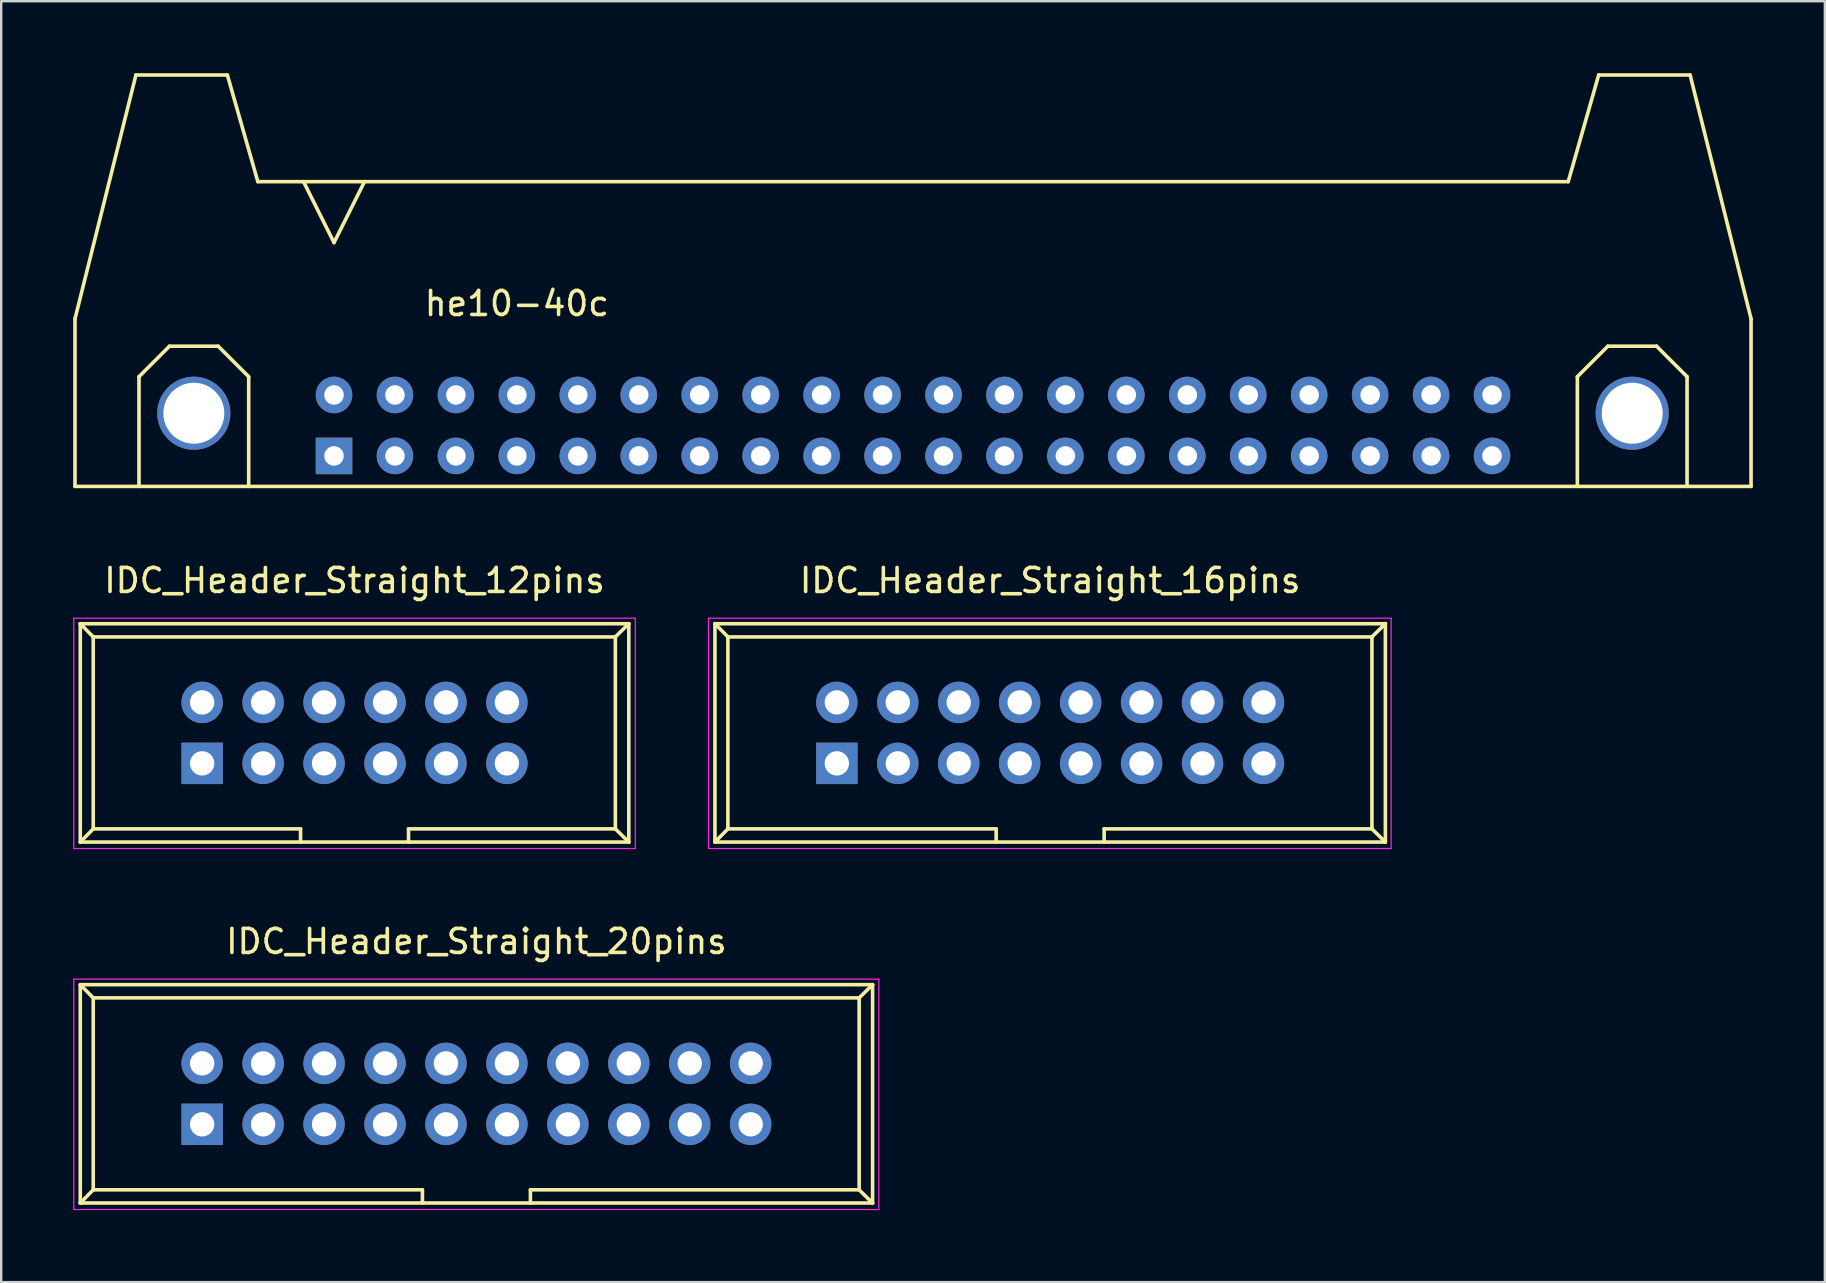
<source format=kicad_pcb>
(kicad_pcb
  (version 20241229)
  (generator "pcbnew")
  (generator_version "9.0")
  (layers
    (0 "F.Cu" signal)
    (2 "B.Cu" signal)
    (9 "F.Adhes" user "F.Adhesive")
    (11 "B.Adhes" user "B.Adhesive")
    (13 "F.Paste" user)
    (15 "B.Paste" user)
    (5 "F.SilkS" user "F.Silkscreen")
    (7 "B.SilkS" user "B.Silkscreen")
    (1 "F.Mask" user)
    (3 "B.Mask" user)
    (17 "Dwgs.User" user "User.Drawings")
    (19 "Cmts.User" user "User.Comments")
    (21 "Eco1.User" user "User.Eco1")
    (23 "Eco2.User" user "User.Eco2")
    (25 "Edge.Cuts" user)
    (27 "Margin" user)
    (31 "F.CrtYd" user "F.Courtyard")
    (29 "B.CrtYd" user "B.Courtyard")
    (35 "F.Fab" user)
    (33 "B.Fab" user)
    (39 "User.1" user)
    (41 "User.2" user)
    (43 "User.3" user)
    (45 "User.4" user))
  (footprint "IDC_Header_Straight_12pins"
    (layer "F.Cu")
    (at 5.375 28.763)
    (property "Reference" "IDC_Header_Straight_12pins" (at 6.35 -7.62 0) (layer "F.SilkS") (effects (font (size 1 1) (thickness 0.15))))
    (attr through_hole)
    (fp_line (start -5.08 -5.82) (end -5.08 3.28) (stroke (width 0.15) (type solid)) (layer "F.SilkS"))
    (fp_line (start -5.08 -5.82) (end -4.54 -5.27) (stroke (width 0.15) (type solid)) (layer "F.SilkS"))
    (fp_line (start -5.08 -5.82) (end 17.78 -5.82) (stroke (width 0.15) (type solid)) (layer "F.SilkS"))
    (fp_line (start -5.08 3.28) (end -4.54 2.73) (stroke (width 0.15) (type solid)) (layer "F.SilkS"))
    (fp_line (start -5.08 3.28) (end 17.78 3.28) (stroke (width 0.15) (type solid)) (layer "F.SilkS"))
    (fp_line (start -4.54 -5.27) (end -4.54 2.73) (stroke (width 0.15) (type solid)) (layer "F.SilkS"))
    (fp_line (start -4.54 -5.27) (end 17.22 -5.27) (stroke (width 0.15) (type solid)) (layer "F.SilkS"))
    (fp_line (start -4.54 2.73) (end 4.1 2.73) (stroke (width 0.15) (type solid)) (layer "F.SilkS"))
    (fp_line (start 4.1 2.73) (end 4.1 3.28) (stroke (width 0.15) (type solid)) (layer "F.SilkS"))
    (fp_line (start 8.6 2.73) (end 8.6 3.28) (stroke (width 0.15) (type solid)) (layer "F.SilkS"))
    (fp_line (start 8.6 2.73) (end 17.22 2.73) (stroke (width 0.15) (type solid)) (layer "F.SilkS"))
    (fp_line (start 17.22 -5.27) (end 17.22 2.73) (stroke (width 0.15) (type solid)) (layer "F.SilkS"))
    (fp_line (start 17.78 -5.82) (end 17.22 -5.27) (stroke (width 0.15) (type solid)) (layer "F.SilkS"))
    (fp_line (start 17.78 -5.82) (end 17.78 3.28) (stroke (width 0.15) (type solid)) (layer "F.SilkS"))
    (fp_line (start 17.78 3.28) (end 17.22 2.73) (stroke (width 0.15) (type solid)) (layer "F.SilkS"))
    (fp_line (start -5.35 -6.05) (end 18.05 -6.05) (stroke (width 0.05) (type solid)) (layer "F.CrtYd"))
    (fp_line (start -5.35 3.55) (end -5.35 -6.05) (stroke (width 0.05) (type solid)) (layer "F.CrtYd"))
    (fp_line (start 18.05 -6.05) (end 18.05 3.55) (stroke (width 0.05) (type solid)) (layer "F.CrtYd"))
    (fp_line (start 18.05 3.55) (end -5.35 3.55) (stroke (width 0.05) (type solid)) (layer "F.CrtYd"))
    (pad "1" thru_hole rect (at 0 0) (size 1.727 1.727) (drill 1.016) (layers "*.Cu" "*.Mask"))
    (pad "2" thru_hole oval (at 0 -2.54) (size 1.727 1.727) (drill 1.016) (layers "*.Cu" "*.Mask"))
    (pad "3" thru_hole oval (at 2.54 0) (size 1.727 1.727) (drill 1.016) (layers "*.Cu" "*.Mask"))
    (pad "4" thru_hole oval (at 2.54 -2.54) (size 1.727 1.727) (drill 1.016) (layers "*.Cu" "*.Mask"))
    (pad "5" thru_hole oval (at 5.08 0) (size 1.727 1.727) (drill 1.016) (layers "*.Cu" "*.Mask"))
    (pad "6" thru_hole oval (at 5.08 -2.54) (size 1.727 1.727) (drill 1.016) (layers "*.Cu" "*.Mask"))
    (pad "7" thru_hole oval (at 7.62 0) (size 1.727 1.727) (drill 1.016) (layers "*.Cu" "*.Mask"))
    (pad "8" thru_hole oval (at 7.62 -2.54) (size 1.727 1.727) (drill 1.016) (layers "*.Cu" "*.Mask"))
    (pad "9" thru_hole oval (at 10.16 0) (size 1.727 1.727) (drill 1.016) (layers "*.Cu" "*.Mask"))
    (pad "10" thru_hole oval (at 10.16 -2.54) (size 1.727 1.727) (drill 1.016) (layers "*.Cu" "*.Mask"))
    (pad "11" thru_hole oval (at 12.7 0) (size 1.727 1.727) (drill 1.016) (layers "*.Cu" "*.Mask"))
    (pad "12" thru_hole oval (at 12.7 -2.54) (size 1.727 1.727) (drill 1.016) (layers "*.Cu" "*.Mask")))
  (footprint "IDC_Header_Straight_16pins"
    (layer "F.Cu")
    (at 31.825 28.763)
    (property "Reference" "IDC_Header_Straight_16pins" (at 8.89 -7.62 0) (layer "F.SilkS") (effects (font (size 1 1) (thickness 0.15))))
    (attr through_hole)
    (fp_line (start -5.08 -5.82) (end -5.08 3.28) (stroke (width 0.15) (type solid)) (layer "F.SilkS"))
    (fp_line (start -5.08 -5.82) (end -4.54 -5.27) (stroke (width 0.15) (type solid)) (layer "F.SilkS"))
    (fp_line (start -5.08 -5.82) (end 22.86 -5.82) (stroke (width 0.15) (type solid)) (layer "F.SilkS"))
    (fp_line (start -5.08 3.28) (end -4.54 2.73) (stroke (width 0.15) (type solid)) (layer "F.SilkS"))
    (fp_line (start -5.08 3.28) (end 22.86 3.28) (stroke (width 0.15) (type solid)) (layer "F.SilkS"))
    (fp_line (start -4.54 -5.27) (end -4.54 2.73) (stroke (width 0.15) (type solid)) (layer "F.SilkS"))
    (fp_line (start -4.54 -5.27) (end 22.3 -5.27) (stroke (width 0.15) (type solid)) (layer "F.SilkS"))
    (fp_line (start -4.54 2.73) (end 6.64 2.73) (stroke (width 0.15) (type solid)) (layer "F.SilkS"))
    (fp_line (start 6.64 2.73) (end 6.64 3.28) (stroke (width 0.15) (type solid)) (layer "F.SilkS"))
    (fp_line (start 11.14 2.73) (end 11.14 3.28) (stroke (width 0.15) (type solid)) (layer "F.SilkS"))
    (fp_line (start 11.14 2.73) (end 22.3 2.73) (stroke (width 0.15) (type solid)) (layer "F.SilkS"))
    (fp_line (start 22.3 -5.27) (end 22.3 2.73) (stroke (width 0.15) (type solid)) (layer "F.SilkS"))
    (fp_line (start 22.86 -5.82) (end 22.3 -5.27) (stroke (width 0.15) (type solid)) (layer "F.SilkS"))
    (fp_line (start 22.86 -5.82) (end 22.86 3.28) (stroke (width 0.15) (type solid)) (layer "F.SilkS"))
    (fp_line (start 22.86 3.28) (end 22.3 2.73) (stroke (width 0.15) (type solid)) (layer "F.SilkS"))
    (fp_line (start -5.35 -6.05) (end 23.1 -6.05) (stroke (width 0.05) (type solid)) (layer "F.CrtYd"))
    (fp_line (start -5.35 3.55) (end -5.35 -6.05) (stroke (width 0.05) (type solid)) (layer "F.CrtYd"))
    (fp_line (start 23.1 -6.05) (end 23.1 3.55) (stroke (width 0.05) (type solid)) (layer "F.CrtYd"))
    (fp_line (start 23.1 3.55) (end -5.35 3.55) (stroke (width 0.05) (type solid)) (layer "F.CrtYd"))
    (pad "1" thru_hole rect (at 0 0) (size 1.727 1.727) (drill 1.016) (layers "*.Cu" "*.Mask"))
    (pad "2" thru_hole oval (at 0 -2.54) (size 1.727 1.727) (drill 1.016) (layers "*.Cu" "*.Mask"))
    (pad "3" thru_hole oval (at 2.54 0) (size 1.727 1.727) (drill 1.016) (layers "*.Cu" "*.Mask"))
    (pad "4" thru_hole oval (at 2.54 -2.54) (size 1.727 1.727) (drill 1.016) (layers "*.Cu" "*.Mask"))
    (pad "5" thru_hole oval (at 5.08 0) (size 1.727 1.727) (drill 1.016) (layers "*.Cu" "*.Mask"))
    (pad "6" thru_hole oval (at 5.08 -2.54) (size 1.727 1.727) (drill 1.016) (layers "*.Cu" "*.Mask"))
    (pad "7" thru_hole oval (at 7.62 0) (size 1.727 1.727) (drill 1.016) (layers "*.Cu" "*.Mask"))
    (pad "8" thru_hole oval (at 7.62 -2.54) (size 1.727 1.727) (drill 1.016) (layers "*.Cu" "*.Mask"))
    (pad "9" thru_hole oval (at 10.16 0) (size 1.727 1.727) (drill 1.016) (layers "*.Cu" "*.Mask"))
    (pad "10" thru_hole oval (at 10.16 -2.54) (size 1.727 1.727) (drill 1.016) (layers "*.Cu" "*.Mask"))
    (pad "11" thru_hole oval (at 12.7 0) (size 1.727 1.727) (drill 1.016) (layers "*.Cu" "*.Mask"))
    (pad "12" thru_hole oval (at 12.7 -2.54) (size 1.727 1.727) (drill 1.016) (layers "*.Cu" "*.Mask"))
    (pad "13" thru_hole oval (at 15.24 0) (size 1.727 1.727) (drill 1.016) (layers "*.Cu" "*.Mask"))
    (pad "14" thru_hole oval (at 15.24 -2.54) (size 1.727 1.727) (drill 1.016) (layers "*.Cu" "*.Mask"))
    (pad "15" thru_hole oval (at 17.78 0) (size 1.727 1.727) (drill 1.016) (layers "*.Cu" "*.Mask"))
    (pad "16" thru_hole oval (at 17.78 -2.54) (size 1.727 1.727) (drill 1.016) (layers "*.Cu" "*.Mask")))
  (footprint "IDC_Header_Straight_20pins"
    (layer "F.Cu")
    (at 5.375 43.806)
    (property "Reference" "IDC_Header_Straight_20pins" (at 11.43 -7.62 0) (layer "F.SilkS") (effects (font (size 1 1) (thickness 0.15))))
    (attr through_hole)
    (fp_line (start -5.08 -5.82) (end -5.08 3.28) (stroke (width 0.15) (type solid)) (layer "F.SilkS"))
    (fp_line (start -5.08 -5.82) (end -4.54 -5.27) (stroke (width 0.15) (type solid)) (layer "F.SilkS"))
    (fp_line (start -5.08 -5.82) (end 27.94 -5.82) (stroke (width 0.15) (type solid)) (layer "F.SilkS"))
    (fp_line (start -5.08 3.28) (end -4.54 2.73) (stroke (width 0.15) (type solid)) (layer "F.SilkS"))
    (fp_line (start -5.08 3.28) (end 27.94 3.28) (stroke (width 0.15) (type solid)) (layer "F.SilkS"))
    (fp_line (start -4.54 -5.27) (end -4.54 2.73) (stroke (width 0.15) (type solid)) (layer "F.SilkS"))
    (fp_line (start -4.54 -5.27) (end 27.38 -5.27) (stroke (width 0.15) (type solid)) (layer "F.SilkS"))
    (fp_line (start -4.54 2.73) (end 9.18 2.73) (stroke (width 0.15) (type solid)) (layer "F.SilkS"))
    (fp_line (start 9.18 2.73) (end 9.18 3.28) (stroke (width 0.15) (type solid)) (layer "F.SilkS"))
    (fp_line (start 13.68 2.73) (end 13.68 3.28) (stroke (width 0.15) (type solid)) (layer "F.SilkS"))
    (fp_line (start 13.68 2.73) (end 27.38 2.73) (stroke (width 0.15) (type solid)) (layer "F.SilkS"))
    (fp_line (start 27.38 -5.27) (end 27.38 2.73) (stroke (width 0.15) (type solid)) (layer "F.SilkS"))
    (fp_line (start 27.94 -5.82) (end 27.38 -5.27) (stroke (width 0.15) (type solid)) (layer "F.SilkS"))
    (fp_line (start 27.94 -5.82) (end 27.94 3.28) (stroke (width 0.15) (type solid)) (layer "F.SilkS"))
    (fp_line (start 27.94 3.28) (end 27.38 2.73) (stroke (width 0.15) (type solid)) (layer "F.SilkS"))
    (fp_line (start -5.35 -6.05) (end 28.2 -6.05) (stroke (width 0.05) (type solid)) (layer "F.CrtYd"))
    (fp_line (start -5.35 3.55) (end -5.35 -6.05) (stroke (width 0.05) (type solid)) (layer "F.CrtYd"))
    (fp_line (start 28.2 -6.05) (end 28.2 3.55) (stroke (width 0.05) (type solid)) (layer "F.CrtYd"))
    (fp_line (start 28.2 3.55) (end -5.35 3.55) (stroke (width 0.05) (type solid)) (layer "F.CrtYd"))
    (pad "1" thru_hole rect (at 0 0) (size 1.727 1.727) (drill 1.016) (layers "*.Cu" "*.Mask"))
    (pad "2" thru_hole oval (at 0 -2.54) (size 1.727 1.727) (drill 1.016) (layers "*.Cu" "*.Mask"))
    (pad "3" thru_hole oval (at 2.54 0) (size 1.727 1.727) (drill 1.016) (layers "*.Cu" "*.Mask"))
    (pad "4" thru_hole oval (at 2.54 -2.54) (size 1.727 1.727) (drill 1.016) (layers "*.Cu" "*.Mask"))
    (pad "5" thru_hole oval (at 5.08 0) (size 1.727 1.727) (drill 1.016) (layers "*.Cu" "*.Mask"))
    (pad "6" thru_hole oval (at 5.08 -2.54) (size 1.727 1.727) (drill 1.016) (layers "*.Cu" "*.Mask"))
    (pad "7" thru_hole oval (at 7.62 0) (size 1.727 1.727) (drill 1.016) (layers "*.Cu" "*.Mask"))
    (pad "8" thru_hole oval (at 7.62 -2.54) (size 1.727 1.727) (drill 1.016) (layers "*.Cu" "*.Mask"))
    (pad "9" thru_hole oval (at 10.16 0) (size 1.727 1.727) (drill 1.016) (layers "*.Cu" "*.Mask"))
    (pad "10" thru_hole oval (at 10.16 -2.54) (size 1.727 1.727) (drill 1.016) (layers "*.Cu" "*.Mask"))
    (pad "11" thru_hole oval (at 12.7 0) (size 1.727 1.727) (drill 1.016) (layers "*.Cu" "*.Mask"))
    (pad "12" thru_hole oval (at 12.7 -2.54) (size 1.727 1.727) (drill 1.016) (layers "*.Cu" "*.Mask"))
    (pad "13" thru_hole oval (at 15.24 0) (size 1.727 1.727) (drill 1.016) (layers "*.Cu" "*.Mask"))
    (pad "14" thru_hole oval (at 15.24 -2.54) (size 1.727 1.727) (drill 1.016) (layers "*.Cu" "*.Mask"))
    (pad "15" thru_hole oval (at 17.78 0) (size 1.727 1.727) (drill 1.016) (layers "*.Cu" "*.Mask"))
    (pad "16" thru_hole oval (at 17.78 -2.54) (size 1.727 1.727) (drill 1.016) (layers "*.Cu" "*.Mask"))
    (pad "17" thru_hole oval (at 20.32 0) (size 1.727 1.727) (drill 1.016) (layers "*.Cu" "*.Mask"))
    (pad "18" thru_hole oval (at 20.32 -2.54) (size 1.727 1.727) (drill 1.016) (layers "*.Cu" "*.Mask"))
    (pad "19" thru_hole oval (at 22.86 0) (size 1.727 1.727) (drill 1.016) (layers "*.Cu" "*.Mask"))
    (pad "20" thru_hole oval (at 22.86 -2.54) (size 1.727 1.727) (drill 1.016) (layers "*.Cu" "*.Mask")))
  (footprint "he10-40c"
    (layer "F.Cu")
    (at 35 14.68)
    (property "Reference" "he10-40c" (at -16.51 -5.08 0) (layer "F.SilkS") (effects (font (size 1 1) (thickness 0.15))))
    (attr through_hole)
    (fp_line (start -34.925 -4.445) (end -34.925 2.54) (stroke (width 0.15) (type solid)) (layer "F.SilkS"))
    (fp_line (start -34.925 2.54) (end 34.925 2.54) (stroke (width 0.15) (type solid)) (layer "F.SilkS"))
    (fp_line (start -32.385 -14.605) (end -34.925 -4.445) (stroke (width 0.15) (type solid)) (layer "F.SilkS"))
    (fp_line (start -32.385 -14.605) (end -28.575 -14.605) (stroke (width 0.15) (type solid)) (layer "F.SilkS"))
    (fp_line (start -32.258 -2.032) (end -30.988 -3.302) (stroke (width 0.15) (type solid)) (layer "F.SilkS"))
    (fp_line (start -32.258 2.54) (end -32.258 -2.032) (stroke (width 0.15) (type solid)) (layer "F.SilkS"))
    (fp_line (start -30.988 -3.302) (end -28.956 -3.302) (stroke (width 0.15) (type solid)) (layer "F.SilkS"))
    (fp_line (start -28.956 -3.302) (end -27.686 -2.032) (stroke (width 0.15) (type solid)) (layer "F.SilkS"))
    (fp_line (start -28.575 -14.605) (end -27.305 -10.16) (stroke (width 0.15) (type solid)) (layer "F.SilkS"))
    (fp_line (start -27.686 -2.032) (end -27.686 2.54) (stroke (width 0.15) (type solid)) (layer "F.SilkS"))
    (fp_line (start -25.4 -10.16) (end -24.13 -7.62) (stroke (width 0.15) (type solid)) (layer "F.SilkS"))
    (fp_line (start -24.13 -7.62) (end -22.86 -10.16) (stroke (width 0.15) (type solid)) (layer "F.SilkS"))
    (fp_line (start 27.305 -10.16) (end -27.305 -10.16) (stroke (width 0.15) (type solid)) (layer "F.SilkS"))
    (fp_line (start 27.686 -2.032) (end 28.956 -3.302) (stroke (width 0.15) (type solid)) (layer "F.SilkS"))
    (fp_line (start 27.686 2.54) (end 27.686 -2.032) (stroke (width 0.15) (type solid)) (layer "F.SilkS"))
    (fp_line (start 28.575 -14.605) (end 27.305 -10.16) (stroke (width 0.15) (type solid)) (layer "F.SilkS"))
    (fp_line (start 28.956 -3.302) (end 30.988 -3.302) (stroke (width 0.15) (type solid)) (layer "F.SilkS"))
    (fp_line (start 30.988 -3.302) (end 32.258 -2.032) (stroke (width 0.15) (type solid)) (layer "F.SilkS"))
    (fp_line (start 32.258 -2.032) (end 32.258 2.54) (stroke (width 0.15) (type solid)) (layer "F.SilkS"))
    (fp_line (start 32.385 -14.605) (end 28.575 -14.605) (stroke (width 0.15) (type solid)) (layer "F.SilkS"))
    (fp_line (start 34.925 -4.445) (end 32.385 -14.605) (stroke (width 0.15) (type solid)) (layer "F.SilkS"))
    (fp_line (start 34.925 2.54) (end 34.925 -4.445) (stroke (width 0.15) (type solid)) (layer "F.SilkS"))
    (pad "0" thru_hole circle (at -29.972 -0.508) (size 3.048 3.048) (drill 2.54) (layers "*.Cu" "*.Mask"))
    (pad "0" thru_hole circle (at 29.972 -0.508) (size 3.048 3.048) (drill 2.54) (layers "*.Cu" "*.Mask"))
    (pad "1" thru_hole rect (at -24.13 1.27) (size 1.524 1.524) (drill 0.813) (layers "*.Cu" "*.Mask"))
    (pad "2" thru_hole circle (at -24.13 -1.27) (size 1.524 1.524) (drill 0.813) (layers "*.Cu" "*.Mask"))
    (pad "3" thru_hole circle (at -21.59 1.27) (size 1.524 1.524) (drill 0.813) (layers "*.Cu" "*.Mask"))
    (pad "4" thru_hole circle (at -21.59 -1.27) (size 1.524 1.524) (drill 0.813) (layers "*.Cu" "*.Mask"))
    (pad "5" thru_hole circle (at -19.05 1.27) (size 1.524 1.524) (drill 0.813) (layers "*.Cu" "*.Mask"))
    (pad "6" thru_hole circle (at -19.05 -1.27) (size 1.524 1.524) (drill 0.813) (layers "*.Cu" "*.Mask"))
    (pad "7" thru_hole circle (at -16.51 1.27) (size 1.524 1.524) (drill 0.813) (layers "*.Cu" "*.Mask"))
    (pad "8" thru_hole circle (at -16.51 -1.27) (size 1.524 1.524) (drill 0.813) (layers "*.Cu" "*.Mask"))
    (pad "9" thru_hole circle (at -13.97 1.27) (size 1.524 1.524) (drill 0.813) (layers "*.Cu" "*.Mask"))
    (pad "10" thru_hole circle (at -13.97 -1.27) (size 1.524 1.524) (drill 0.813) (layers "*.Cu" "*.Mask"))
    (pad "11" thru_hole circle (at -11.43 1.27) (size 1.524 1.524) (drill 0.813) (layers "*.Cu" "*.Mask"))
    (pad "12" thru_hole circle (at -11.43 -1.27) (size 1.524 1.524) (drill 0.813) (layers "*.Cu" "*.Mask"))
    (pad "13" thru_hole circle (at -8.89 1.27) (size 1.524 1.524) (drill 0.813) (layers "*.Cu" "*.Mask"))
    (pad "14" thru_hole circle (at -8.89 -1.27) (size 1.524 1.524) (drill 0.813) (layers "*.Cu" "*.Mask"))
    (pad "15" thru_hole circle (at -6.35 1.27) (size 1.524 1.524) (drill 0.813) (layers "*.Cu" "*.Mask"))
    (pad "16" thru_hole circle (at -6.35 -1.27) (size 1.524 1.524) (drill 0.813) (layers "*.Cu" "*.Mask"))
    (pad "17" thru_hole circle (at -3.81 1.27) (size 1.524 1.524) (drill 0.813) (layers "*.Cu" "*.Mask"))
    (pad "18" thru_hole circle (at -3.81 -1.27) (size 1.524 1.524) (drill 0.813) (layers "*.Cu" "*.Mask"))
    (pad "19" thru_hole circle (at -1.27 1.27) (size 1.524 1.524) (drill 0.813) (layers "*.Cu" "*.Mask"))
    (pad "20" thru_hole circle (at -1.27 -1.27) (size 1.524 1.524) (drill 0.813) (layers "*.Cu" "*.Mask"))
    (pad "21" thru_hole circle (at 1.27 1.27) (size 1.524 1.524) (drill 0.813) (layers "*.Cu" "*.Mask"))
    (pad "22" thru_hole circle (at 1.27 -1.27) (size 1.524 1.524) (drill 0.813) (layers "*.Cu" "*.Mask"))
    (pad "23" thru_hole circle (at 3.81 1.27) (size 1.524 1.524) (drill 0.813) (layers "*.Cu" "*.Mask"))
    (pad "24" thru_hole circle (at 3.81 -1.27) (size 1.524 1.524) (drill 0.813) (layers "*.Cu" "*.Mask"))
    (pad "25" thru_hole circle (at 6.35 1.27) (size 1.524 1.524) (drill 0.813) (layers "*.Cu" "*.Mask"))
    (pad "26" thru_hole circle (at 6.35 -1.27) (size 1.524 1.524) (drill 0.813) (layers "*.Cu" "*.Mask"))
    (pad "27" thru_hole circle (at 8.89 1.27) (size 1.524 1.524) (drill 0.813) (layers "*.Cu" "*.Mask"))
    (pad "28" thru_hole circle (at 8.89 -1.27) (size 1.524 1.524) (drill 0.813) (layers "*.Cu" "*.Mask"))
    (pad "29" thru_hole circle (at 11.43 1.27) (size 1.524 1.524) (drill 0.813) (layers "*.Cu" "*.Mask"))
    (pad "30" thru_hole circle (at 11.43 -1.27) (size 1.524 1.524) (drill 0.813) (layers "*.Cu" "*.Mask"))
    (pad "31" thru_hole circle (at 13.97 1.27) (size 1.524 1.524) (drill 0.813) (layers "*.Cu" "*.Mask"))
    (pad "32" thru_hole circle (at 13.97 -1.27) (size 1.524 1.524) (drill 0.813) (layers "*.Cu" "*.Mask"))
    (pad "33" thru_hole circle (at 16.51 1.27) (size 1.524 1.524) (drill 0.813) (layers "*.Cu" "*.Mask"))
    (pad "34" thru_hole circle (at 16.51 -1.27) (size 1.524 1.524) (drill 0.813) (layers "*.Cu" "*.Mask"))
    (pad "35" thru_hole circle (at 19.05 1.27) (size 1.524 1.524) (drill 0.813) (layers "*.Cu" "*.Mask"))
    (pad "36" thru_hole circle (at 19.05 -1.27) (size 1.524 1.524) (drill 0.813) (layers "*.Cu" "*.Mask"))
    (pad "37" thru_hole circle (at 21.59 1.27) (size 1.524 1.524) (drill 0.813) (layers "*.Cu" "*.Mask"))
    (pad "38" thru_hole circle (at 21.59 -1.27) (size 1.524 1.524) (drill 0.813) (layers "*.Cu" "*.Mask"))
    (pad "39" thru_hole circle (at 24.13 1.27) (size 1.524 1.524) (drill 0.813) (layers "*.Cu" "*.Mask"))
    (pad "40" thru_hole circle (at 24.13 -1.27) (size 1.524 1.524) (drill 0.813) (layers "*.Cu" "*.Mask")))
  (gr_rect
    (start -3 -3)
    (end 73 50.382)
    (stroke (width 0.1) (type default))
    (fill no)
    (layer "Edge.Cuts")))
</source>
